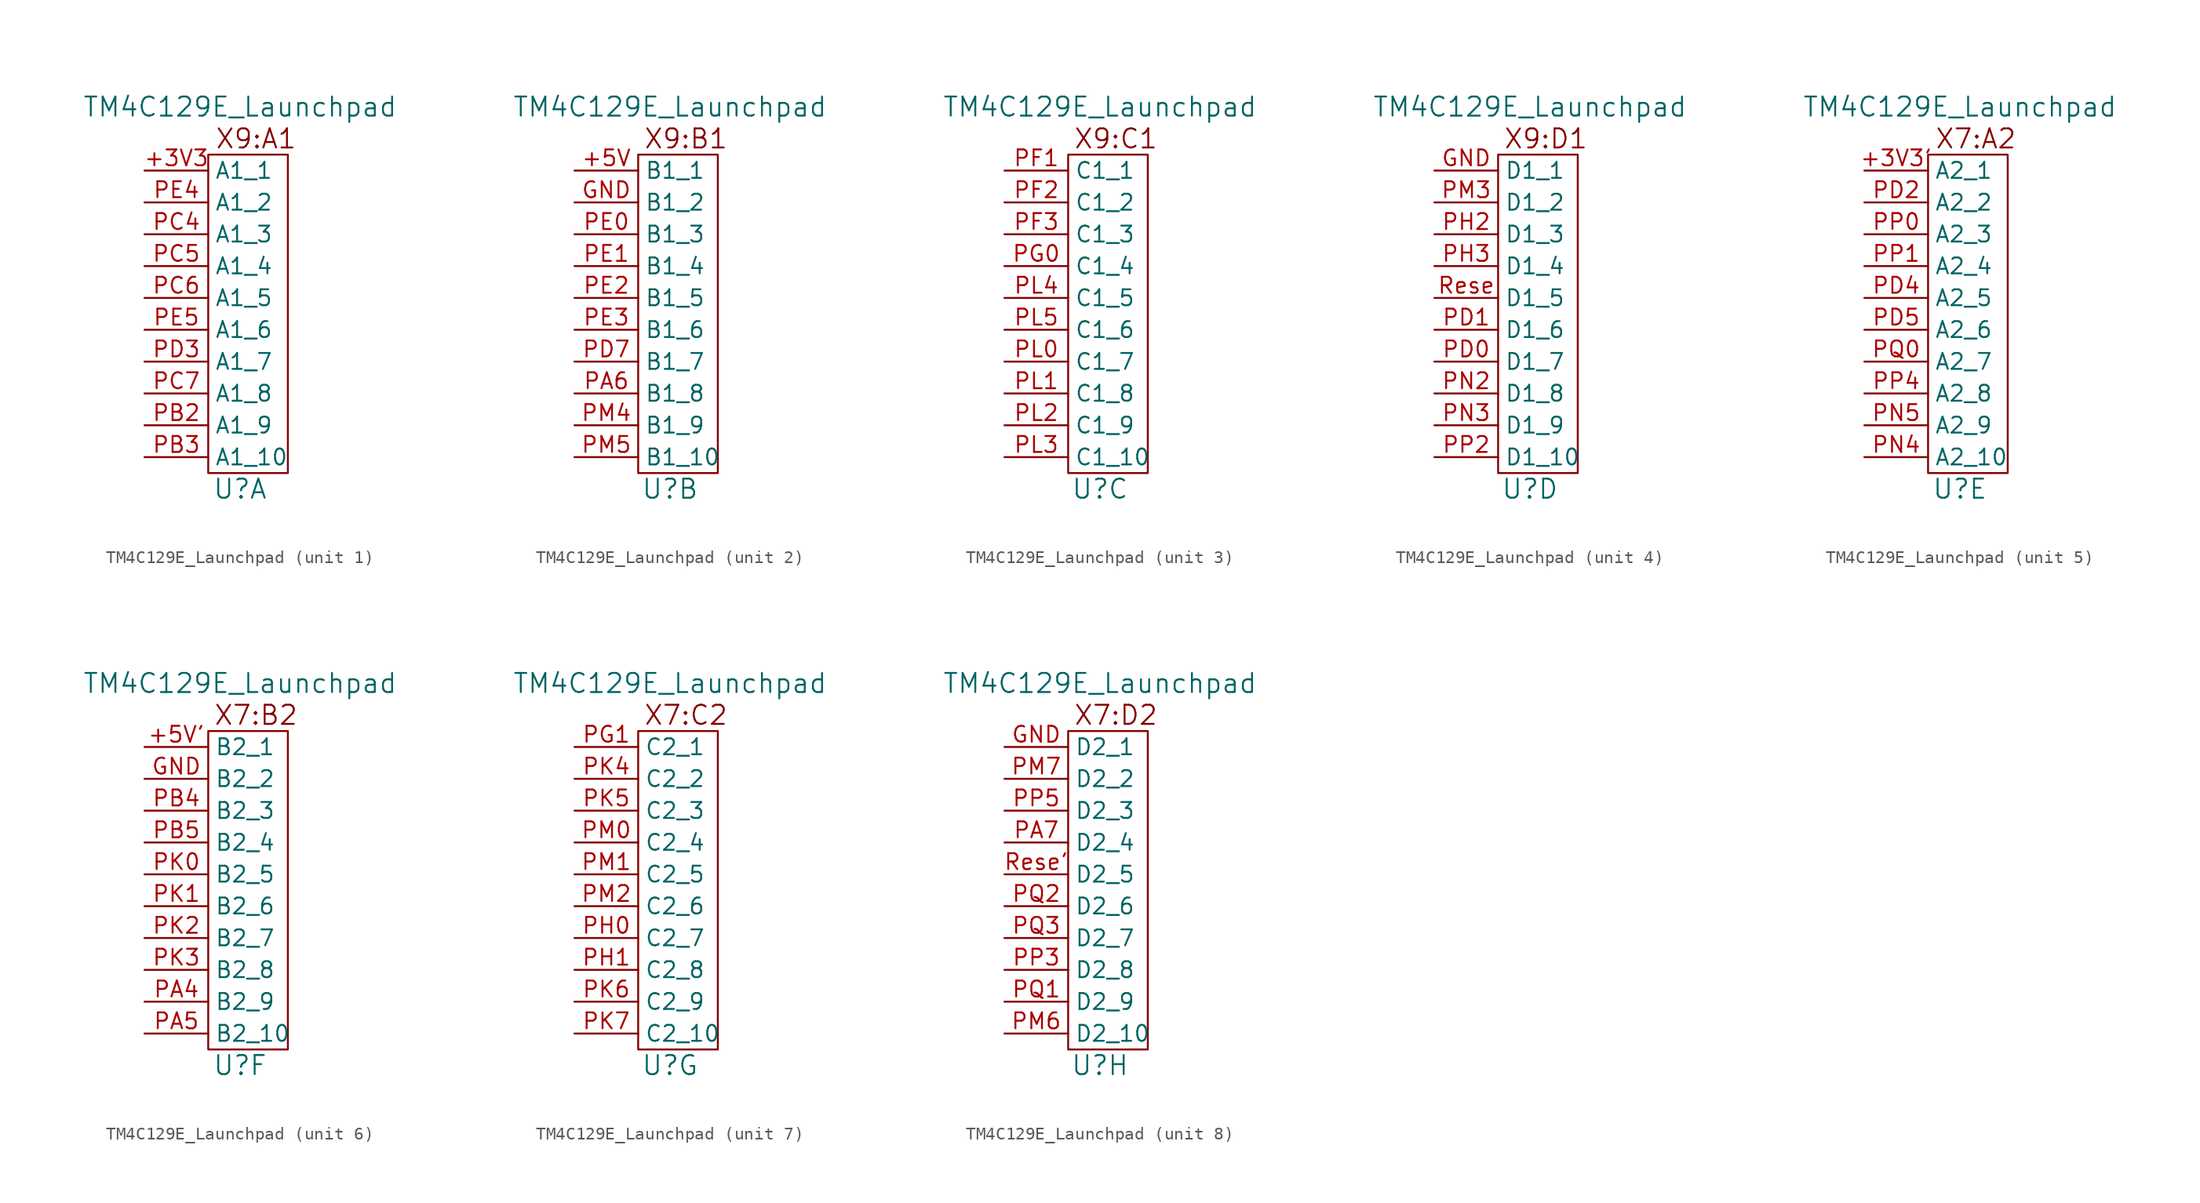
<source format=kicad_sym>
(kicad_symbol_lib
  (version 20241209)
  (generator "kicad_symbol_editor")
  (generator_version "9.0")
  (symbol "TM4C129E_Launchpad"
    (property "Reference" "U"
      (at 2.54 -1.27 0)
      (effects (font (size 1.524 1.524))))
    (property "Value" "TM4C129E_Launchpad"
      (at 2.54 29.21 0)
      (effects (font (size 1.524 1.524))))
    (property "ki_locked" ""
      (at 0 0 0)
      (effects (font (size 1.27 1.27))))
    (symbol "TM4C129E_Launchpad_0_0"
      (rectangle (start 0 0) (end 6.35 25.4) (stroke (width 0) (type default)) (fill (type none))))
    (symbol "TM4C129E_Launchpad_1_0"
      (text "X9:A1" (at 3.81 26.67 0) (effects (font (size 1.524 1.524)))))
    (symbol "TM4C129E_Launchpad_1_1"
      (pin input line (at -5.08 24.13 0) (length 5.08) (name "A1_1" (effects (font (size 1.27 1.27)))) (number "+3V3" (effects (font (size 1.27 1.27)))))
      (pin input line (at -5.08 21.59 0) (length 5.08) (name "A1_2" (effects (font (size 1.27 1.27)))) (number "PE4" (effects (font (size 1.27 1.27)))))
      (pin input line (at -5.08 19.05 0) (length 5.08) (name "A1_3" (effects (font (size 1.27 1.27)))) (number "PC4" (effects (font (size 1.27 1.27)))))
      (pin input line (at -5.08 16.51 0) (length 5.08) (name "A1_4" (effects (font (size 1.27 1.27)))) (number "PC5" (effects (font (size 1.27 1.27)))))
      (pin input line (at -5.08 13.97 0) (length 5.08) (name "A1_5" (effects (font (size 1.27 1.27)))) (number "PC6" (effects (font (size 1.27 1.27)))))
      (pin input line (at -5.08 11.43 0) (length 5.08) (name "A1_6" (effects (font (size 1.27 1.27)))) (number "PE5" (effects (font (size 1.27 1.27)))))
      (pin input line (at -5.08 8.89 0) (length 5.08) (name "A1_7" (effects (font (size 1.27 1.27)))) (number "PD3" (effects (font (size 1.27 1.27)))))
      (pin input line (at -5.08 6.35 0) (length 5.08) (name "A1_8" (effects (font (size 1.27 1.27)))) (number "PC7" (effects (font (size 1.27 1.27)))))
      (pin input line (at -5.08 3.81 0) (length 5.08) (name "A1_9" (effects (font (size 1.27 1.27)))) (number "PB2" (effects (font (size 1.27 1.27)))))
      (pin input line (at -5.08 1.27 0) (length 5.08) (name "A1_10" (effects (font (size 1.27 1.27)))) (number "PB3" (effects (font (size 1.27 1.27))))))
    (symbol "TM4C129E_Launchpad_2_0"
      (text "X9:B1" (at 3.81 26.67 0) (effects (font (size 1.524 1.524)))))
    (symbol "TM4C129E_Launchpad_2_1"
      (pin input line (at -5.08 24.13 0) (length 5.08) (name "B1_1" (effects (font (size 1.27 1.27)))) (number "+5V" (effects (font (size 1.27 1.27)))))
      (pin input line (at -5.08 21.59 0) (length 5.08) (name "B1_2" (effects (font (size 1.27 1.27)))) (number "GND" (effects (font (size 1.27 1.27)))))
      (pin input line (at -5.08 19.05 0) (length 5.08) (name "B1_3" (effects (font (size 1.27 1.27)))) (number "PE0" (effects (font (size 1.27 1.27)))))
      (pin input line (at -5.08 16.51 0) (length 5.08) (name "B1_4" (effects (font (size 1.27 1.27)))) (number "PE1" (effects (font (size 1.27 1.27)))))
      (pin input line (at -5.08 13.97 0) (length 5.08) (name "B1_5" (effects (font (size 1.27 1.27)))) (number "PE2" (effects (font (size 1.27 1.27)))))
      (pin input line (at -5.08 11.43 0) (length 5.08) (name "B1_6" (effects (font (size 1.27 1.27)))) (number "PE3" (effects (font (size 1.27 1.27)))))
      (pin input line (at -5.08 8.89 0) (length 5.08) (name "B1_7" (effects (font (size 1.27 1.27)))) (number "PD7" (effects (font (size 1.27 1.27)))))
      (pin input line (at -5.08 6.35 0) (length 5.08) (name "B1_8" (effects (font (size 1.27 1.27)))) (number "PA6" (effects (font (size 1.27 1.27)))))
      (pin input line (at -5.08 3.81 0) (length 5.08) (name "B1_9" (effects (font (size 1.27 1.27)))) (number "PM4" (effects (font (size 1.27 1.27)))))
      (pin input line (at -5.08 1.27 0) (length 5.08) (name "B1_10" (effects (font (size 1.27 1.27)))) (number "PM5" (effects (font (size 1.27 1.27))))))
    (symbol "TM4C129E_Launchpad_3_0"
      (text "X9:C1" (at 3.81 26.67 0) (effects (font (size 1.524 1.524)))))
    (symbol "TM4C129E_Launchpad_3_1"
      (pin input line (at -5.08 24.13 0) (length 5.08) (name "C1_1" (effects (font (size 1.27 1.27)))) (number "PF1" (effects (font (size 1.27 1.27)))))
      (pin input line (at -5.08 21.59 0) (length 5.08) (name "C1_2" (effects (font (size 1.27 1.27)))) (number "PF2" (effects (font (size 1.27 1.27)))))
      (pin input line (at -5.08 19.05 0) (length 5.08) (name "C1_3" (effects (font (size 1.27 1.27)))) (number "PF3" (effects (font (size 1.27 1.27)))))
      (pin input line (at -5.08 16.51 0) (length 5.08) (name "C1_4" (effects (font (size 1.27 1.27)))) (number "PG0" (effects (font (size 1.27 1.27)))))
      (pin input line (at -5.08 13.97 0) (length 5.08) (name "C1_5" (effects (font (size 1.27 1.27)))) (number "PL4" (effects (font (size 1.27 1.27)))))
      (pin input line (at -5.08 11.43 0) (length 5.08) (name "C1_6" (effects (font (size 1.27 1.27)))) (number "PL5" (effects (font (size 1.27 1.27)))))
      (pin input line (at -5.08 8.89 0) (length 5.08) (name "C1_7" (effects (font (size 1.27 1.27)))) (number "PL0" (effects (font (size 1.27 1.27)))))
      (pin input line (at -5.08 6.35 0) (length 5.08) (name "C1_8" (effects (font (size 1.27 1.27)))) (number "PL1" (effects (font (size 1.27 1.27)))))
      (pin input line (at -5.08 3.81 0) (length 5.08) (name "C1_9" (effects (font (size 1.27 1.27)))) (number "PL2" (effects (font (size 1.27 1.27)))))
      (pin input line (at -5.08 1.27 0) (length 5.08) (name "C1_10" (effects (font (size 1.27 1.27)))) (number "PL3" (effects (font (size 1.27 1.27))))))
    (symbol "TM4C129E_Launchpad_4_0"
      (text "X9:D1" (at 3.81 26.67 0) (effects (font (size 1.524 1.524)))))
    (symbol "TM4C129E_Launchpad_4_1"
      (pin input line (at -5.08 24.13 0) (length 5.08) (name "D1_1" (effects (font (size 1.27 1.27)))) (number "GND" (effects (font (size 1.27 1.27)))))
      (pin input line (at -5.08 21.59 0) (length 5.08) (name "D1_2" (effects (font (size 1.27 1.27)))) (number "PM3" (effects (font (size 1.27 1.27)))))
      (pin input line (at -5.08 19.05 0) (length 5.08) (name "D1_3" (effects (font (size 1.27 1.27)))) (number "PH2" (effects (font (size 1.27 1.27)))))
      (pin input line (at -5.08 16.51 0) (length 5.08) (name "D1_4" (effects (font (size 1.27 1.27)))) (number "PH3" (effects (font (size 1.27 1.27)))))
      (pin input line (at -5.08 13.97 0) (length 5.08) (name "D1_5" (effects (font (size 1.27 1.27)))) (number "Rese" (effects (font (size 1.27 1.27)))))
      (pin input line (at -5.08 11.43 0) (length 5.08) (name "D1_6" (effects (font (size 1.27 1.27)))) (number "PD1" (effects (font (size 1.27 1.27)))))
      (pin input line (at -5.08 8.89 0) (length 5.08) (name "D1_7" (effects (font (size 1.27 1.27)))) (number "PD0" (effects (font (size 1.27 1.27)))))
      (pin input line (at -5.08 6.35 0) (length 5.08) (name "D1_8" (effects (font (size 1.27 1.27)))) (number "PN2" (effects (font (size 1.27 1.27)))))
      (pin input line (at -5.08 3.81 0) (length 5.08) (name "D1_9" (effects (font (size 1.27 1.27)))) (number "PN3" (effects (font (size 1.27 1.27)))))
      (pin input line (at -5.08 1.27 0) (length 5.08) (name "D1_10" (effects (font (size 1.27 1.27)))) (number "PP2" (effects (font (size 1.27 1.27))))))
    (symbol "TM4C129E_Launchpad_5_0"
      (text "X7:A2" (at 3.81 26.67 0) (effects (font (size 1.524 1.524)))))
    (symbol "TM4C129E_Launchpad_5_1"
      (pin input line (at -5.08 24.13 0) (length 5.08) (name "A2_1" (effects (font (size 1.27 1.27)))) (number "+3V3'" (effects (font (size 1.27 1.27)))))
      (pin input line (at -5.08 21.59 0) (length 5.08) (name "A2_2" (effects (font (size 1.27 1.27)))) (number "PD2" (effects (font (size 1.27 1.27)))))
      (pin input line (at -5.08 19.05 0) (length 5.08) (name "A2_3" (effects (font (size 1.27 1.27)))) (number "PP0" (effects (font (size 1.27 1.27)))))
      (pin input line (at -5.08 16.51 0) (length 5.08) (name "A2_4" (effects (font (size 1.27 1.27)))) (number "PP1" (effects (font (size 1.27 1.27)))))
      (pin input line (at -5.08 13.97 0) (length 5.08) (name "A2_5" (effects (font (size 1.27 1.27)))) (number "PD4" (effects (font (size 1.27 1.27)))))
      (pin input line (at -5.08 11.43 0) (length 5.08) (name "A2_6" (effects (font (size 1.27 1.27)))) (number "PD5" (effects (font (size 1.27 1.27)))))
      (pin input line (at -5.08 8.89 0) (length 5.08) (name "A2_7" (effects (font (size 1.27 1.27)))) (number "PQ0" (effects (font (size 1.27 1.27)))))
      (pin input line (at -5.08 6.35 0) (length 5.08) (name "A2_8" (effects (font (size 1.27 1.27)))) (number "PP4" (effects (font (size 1.27 1.27)))))
      (pin input line (at -5.08 3.81 0) (length 5.08) (name "A2_9" (effects (font (size 1.27 1.27)))) (number "PN5" (effects (font (size 1.27 1.27)))))
      (pin input line (at -5.08 1.27 0) (length 5.08) (name "A2_10" (effects (font (size 1.27 1.27)))) (number "PN4" (effects (font (size 1.27 1.27))))))
    (symbol "TM4C129E_Launchpad_6_0"
      (text "X7:B2" (at 3.81 26.67 0) (effects (font (size 1.524 1.524)))))
    (symbol "TM4C129E_Launchpad_6_1"
      (pin input line (at -5.08 24.13 0) (length 5.08) (name "B2_1" (effects (font (size 1.27 1.27)))) (number "+5V'" (effects (font (size 1.27 1.27)))))
      (pin input line (at -5.08 21.59 0) (length 5.08) (name "B2_2" (effects (font (size 1.27 1.27)))) (number "GND" (effects (font (size 1.27 1.27)))))
      (pin input line (at -5.08 19.05 0) (length 5.08) (name "B2_3" (effects (font (size 1.27 1.27)))) (number "PB4" (effects (font (size 1.27 1.27)))))
      (pin input line (at -5.08 16.51 0) (length 5.08) (name "B2_4" (effects (font (size 1.27 1.27)))) (number "PB5" (effects (font (size 1.27 1.27)))))
      (pin input line (at -5.08 13.97 0) (length 5.08) (name "B2_5" (effects (font (size 1.27 1.27)))) (number "PK0" (effects (font (size 1.27 1.27)))))
      (pin input line (at -5.08 11.43 0) (length 5.08) (name "B2_6" (effects (font (size 1.27 1.27)))) (number "PK1" (effects (font (size 1.27 1.27)))))
      (pin input line (at -5.08 8.89 0) (length 5.08) (name "B2_7" (effects (font (size 1.27 1.27)))) (number "PK2" (effects (font (size 1.27 1.27)))))
      (pin input line (at -5.08 6.35 0) (length 5.08) (name "B2_8" (effects (font (size 1.27 1.27)))) (number "PK3" (effects (font (size 1.27 1.27)))))
      (pin input line (at -5.08 3.81 0) (length 5.08) (name "B2_9" (effects (font (size 1.27 1.27)))) (number "PA4" (effects (font (size 1.27 1.27)))))
      (pin input line (at -5.08 1.27 0) (length 5.08) (name "B2_10" (effects (font (size 1.27 1.27)))) (number "PA5" (effects (font (size 1.27 1.27))))))
    (symbol "TM4C129E_Launchpad_7_0"
      (text "X7:C2" (at 3.81 26.67 0) (effects (font (size 1.524 1.524)))))
    (symbol "TM4C129E_Launchpad_7_1"
      (pin input line (at -5.08 24.13 0) (length 5.08) (name "C2_1" (effects (font (size 1.27 1.27)))) (number "PG1" (effects (font (size 1.27 1.27)))))
      (pin input line (at -5.08 21.59 0) (length 5.08) (name "C2_2" (effects (font (size 1.27 1.27)))) (number "PK4" (effects (font (size 1.27 1.27)))))
      (pin input line (at -5.08 19.05 0) (length 5.08) (name "C2_3" (effects (font (size 1.27 1.27)))) (number "PK5" (effects (font (size 1.27 1.27)))))
      (pin input line (at -5.08 16.51 0) (length 5.08) (name "C2_4" (effects (font (size 1.27 1.27)))) (number "PM0" (effects (font (size 1.27 1.27)))))
      (pin input line (at -5.08 13.97 0) (length 5.08) (name "C2_5" (effects (font (size 1.27 1.27)))) (number "PM1" (effects (font (size 1.27 1.27)))))
      (pin input line (at -5.08 11.43 0) (length 5.08) (name "C2_6" (effects (font (size 1.27 1.27)))) (number "PM2" (effects (font (size 1.27 1.27)))))
      (pin input line (at -5.08 8.89 0) (length 5.08) (name "C2_7" (effects (font (size 1.27 1.27)))) (number "PH0" (effects (font (size 1.27 1.27)))))
      (pin input line (at -5.08 6.35 0) (length 5.08) (name "C2_8" (effects (font (size 1.27 1.27)))) (number "PH1" (effects (font (size 1.27 1.27)))))
      (pin input line (at -5.08 3.81 0) (length 5.08) (name "C2_9" (effects (font (size 1.27 1.27)))) (number "PK6" (effects (font (size 1.27 1.27)))))
      (pin input line (at -5.08 1.27 0) (length 5.08) (name "C2_10" (effects (font (size 1.27 1.27)))) (number "PK7" (effects (font (size 1.27 1.27))))))
    (symbol "TM4C129E_Launchpad_8_0"
      (text "X7:D2" (at 3.81 26.67 0) (effects (font (size 1.524 1.524)))))
    (symbol "TM4C129E_Launchpad_8_1"
      (pin input line (at -5.08 24.13 0) (length 5.08) (name "D2_1" (effects (font (size 1.27 1.27)))) (number "GND" (effects (font (size 1.27 1.27)))))
      (pin input line (at -5.08 21.59 0) (length 5.08) (name "D2_2" (effects (font (size 1.27 1.27)))) (number "PM7" (effects (font (size 1.27 1.27)))))
      (pin input line (at -5.08 19.05 0) (length 5.08) (name "D2_3" (effects (font (size 1.27 1.27)))) (number "PP5" (effects (font (size 1.27 1.27)))))
      (pin input line (at -5.08 16.51 0) (length 5.08) (name "D2_4" (effects (font (size 1.27 1.27)))) (number "PA7" (effects (font (size 1.27 1.27)))))
      (pin input line (at -5.08 13.97 0) (length 5.08) (name "D2_5" (effects (font (size 1.27 1.27)))) (number "Rese'" (effects (font (size 1.27 1.27)))))
      (pin input line (at -5.08 11.43 0) (length 5.08) (name "D2_6" (effects (font (size 1.27 1.27)))) (number "PQ2" (effects (font (size 1.27 1.27)))))
      (pin input line (at -5.08 8.89 0) (length 5.08) (name "D2_7" (effects (font (size 1.27 1.27)))) (number "PQ3" (effects (font (size 1.27 1.27)))))
      (pin input line (at -5.08 6.35 0) (length 5.08) (name "D2_8" (effects (font (size 1.27 1.27)))) (number "PP3" (effects (font (size 1.27 1.27)))))
      (pin input line (at -5.08 3.81 0) (length 5.08) (name "D2_9" (effects (font (size 1.27 1.27)))) (number "PQ1" (effects (font (size 1.27 1.27)))))
      (pin input line (at -5.08 1.27 0) (length 5.08) (name "D2_10" (effects (font (size 1.27 1.27)))) (number "PM6" (effects (font (size 1.27 1.27))))))))
</source>
